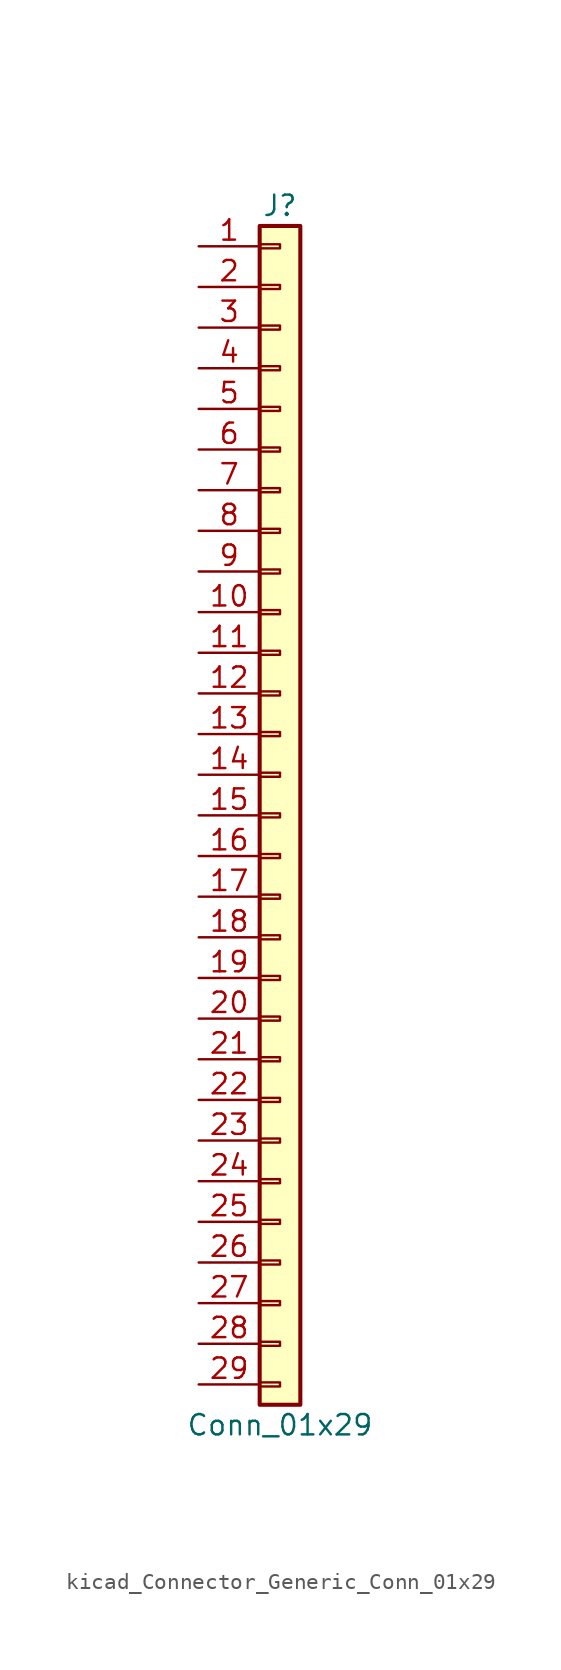
<source format=kicad_sym>
(kicad_symbol_lib
  (version 20220914)
  (generator kicad_symbol_editor)
  (symbol "kicad_Connector_Generic_Conn_01x29"
    (pin_names
      (offset 1.016) hide)
    (property "Reference" "J"
      (at 0 38.1 0)
      (effects (font (size 1.27 1.27))))
    (property "Value" "Conn_01x29"
      (at 0 -38.1 0)
      (effects (font (size 1.27 1.27))))
    (symbol "kicad_Connector_Generic_Conn_01x29_1_1"
      (rectangle (start -1.27 -35.433) (end 0 -35.687) (stroke (width 0.152) (type default)) (fill (type none)))
      (rectangle (start -1.27 -32.893) (end 0 -33.147) (stroke (width 0.152) (type default)) (fill (type none)))
      (rectangle (start -1.27 -30.353) (end 0 -30.607) (stroke (width 0.152) (type default)) (fill (type none)))
      (rectangle (start -1.27 -27.813) (end 0 -28.067) (stroke (width 0.152) (type default)) (fill (type none)))
      (rectangle (start -1.27 -25.273) (end 0 -25.527) (stroke (width 0.152) (type default)) (fill (type none)))
      (rectangle (start -1.27 -22.733) (end 0 -22.987) (stroke (width 0.152) (type default)) (fill (type none)))
      (rectangle (start -1.27 -20.193) (end 0 -20.447) (stroke (width 0.152) (type default)) (fill (type none)))
      (rectangle (start -1.27 -17.653) (end 0 -17.907) (stroke (width 0.152) (type default)) (fill (type none)))
      (rectangle (start -1.27 -15.113) (end 0 -15.367) (stroke (width 0.152) (type default)) (fill (type none)))
      (rectangle (start -1.27 -12.573) (end 0 -12.827) (stroke (width 0.152) (type default)) (fill (type none)))
      (rectangle (start -1.27 -10.033) (end 0 -10.287) (stroke (width 0.152) (type default)) (fill (type none)))
      (rectangle (start -1.27 -7.493) (end 0 -7.747) (stroke (width 0.152) (type default)) (fill (type none)))
      (rectangle (start -1.27 -4.953) (end 0 -5.207) (stroke (width 0.152) (type default)) (fill (type none)))
      (rectangle (start -1.27 -2.413) (end 0 -2.667) (stroke (width 0.152) (type default)) (fill (type none)))
      (rectangle (start -1.27 0.127) (end 0 -0.127) (stroke (width 0.152) (type default)) (fill (type none)))
      (rectangle (start -1.27 2.667) (end 0 2.413) (stroke (width 0.152) (type default)) (fill (type none)))
      (rectangle (start -1.27 5.207) (end 0 4.953) (stroke (width 0.152) (type default)) (fill (type none)))
      (rectangle (start -1.27 7.747) (end 0 7.493) (stroke (width 0.152) (type default)) (fill (type none)))
      (rectangle (start -1.27 10.287) (end 0 10.033) (stroke (width 0.152) (type default)) (fill (type none)))
      (rectangle (start -1.27 12.827) (end 0 12.573) (stroke (width 0.152) (type default)) (fill (type none)))
      (rectangle (start -1.27 15.367) (end 0 15.113) (stroke (width 0.152) (type default)) (fill (type none)))
      (rectangle (start -1.27 17.907) (end 0 17.653) (stroke (width 0.152) (type default)) (fill (type none)))
      (rectangle (start -1.27 20.447) (end 0 20.193) (stroke (width 0.152) (type default)) (fill (type none)))
      (rectangle (start -1.27 22.987) (end 0 22.733) (stroke (width 0.152) (type default)) (fill (type none)))
      (rectangle (start -1.27 25.527) (end 0 25.273) (stroke (width 0.152) (type default)) (fill (type none)))
      (rectangle (start -1.27 28.067) (end 0 27.813) (stroke (width 0.152) (type default)) (fill (type none)))
      (rectangle (start -1.27 30.607) (end 0 30.353) (stroke (width 0.152) (type default)) (fill (type none)))
      (rectangle (start -1.27 33.147) (end 0 32.893) (stroke (width 0.152) (type default)) (fill (type none)))
      (rectangle (start -1.27 35.687) (end 0 35.433) (stroke (width 0.152) (type default)) (fill (type none)))
      (rectangle (start -1.27 36.83) (end 1.27 -36.83) (stroke (width 0.254) (type default)) (fill (type background)))
      (pin passive line (at -5.08 35.56 0) (length 3.81) (name "Pin_1" (effects (font (size 1.27 1.27)))) (number "1" (effects (font (size 1.27 1.27)))))
      (pin passive line (at -5.08 12.7 0) (length 3.81) (name "Pin_10" (effects (font (size 1.27 1.27)))) (number "10" (effects (font (size 1.27 1.27)))))
      (pin passive line (at -5.08 10.16 0) (length 3.81) (name "Pin_11" (effects (font (size 1.27 1.27)))) (number "11" (effects (font (size 1.27 1.27)))))
      (pin passive line (at -5.08 7.62 0) (length 3.81) (name "Pin_12" (effects (font (size 1.27 1.27)))) (number "12" (effects (font (size 1.27 1.27)))))
      (pin passive line (at -5.08 5.08 0) (length 3.81) (name "Pin_13" (effects (font (size 1.27 1.27)))) (number "13" (effects (font (size 1.27 1.27)))))
      (pin passive line (at -5.08 2.54 0) (length 3.81) (name "Pin_14" (effects (font (size 1.27 1.27)))) (number "14" (effects (font (size 1.27 1.27)))))
      (pin passive line (at -5.08 0 0) (length 3.81) (name "Pin_15" (effects (font (size 1.27 1.27)))) (number "15" (effects (font (size 1.27 1.27)))))
      (pin passive line (at -5.08 -2.54 0) (length 3.81) (name "Pin_16" (effects (font (size 1.27 1.27)))) (number "16" (effects (font (size 1.27 1.27)))))
      (pin passive line (at -5.08 -5.08 0) (length 3.81) (name "Pin_17" (effects (font (size 1.27 1.27)))) (number "17" (effects (font (size 1.27 1.27)))))
      (pin passive line (at -5.08 -7.62 0) (length 3.81) (name "Pin_18" (effects (font (size 1.27 1.27)))) (number "18" (effects (font (size 1.27 1.27)))))
      (pin passive line (at -5.08 -10.16 0) (length 3.81) (name "Pin_19" (effects (font (size 1.27 1.27)))) (number "19" (effects (font (size 1.27 1.27)))))
      (pin passive line (at -5.08 33.02 0) (length 3.81) (name "Pin_2" (effects (font (size 1.27 1.27)))) (number "2" (effects (font (size 1.27 1.27)))))
      (pin passive line (at -5.08 -12.7 0) (length 3.81) (name "Pin_20" (effects (font (size 1.27 1.27)))) (number "20" (effects (font (size 1.27 1.27)))))
      (pin passive line (at -5.08 -15.24 0) (length 3.81) (name "Pin_21" (effects (font (size 1.27 1.27)))) (number "21" (effects (font (size 1.27 1.27)))))
      (pin passive line (at -5.08 -17.78 0) (length 3.81) (name "Pin_22" (effects (font (size 1.27 1.27)))) (number "22" (effects (font (size 1.27 1.27)))))
      (pin passive line (at -5.08 -20.32 0) (length 3.81) (name "Pin_23" (effects (font (size 1.27 1.27)))) (number "23" (effects (font (size 1.27 1.27)))))
      (pin passive line (at -5.08 -22.86 0) (length 3.81) (name "Pin_24" (effects (font (size 1.27 1.27)))) (number "24" (effects (font (size 1.27 1.27)))))
      (pin passive line (at -5.08 -25.4 0) (length 3.81) (name "Pin_25" (effects (font (size 1.27 1.27)))) (number "25" (effects (font (size 1.27 1.27)))))
      (pin passive line (at -5.08 -27.94 0) (length 3.81) (name "Pin_26" (effects (font (size 1.27 1.27)))) (number "26" (effects (font (size 1.27 1.27)))))
      (pin passive line (at -5.08 -30.48 0) (length 3.81) (name "Pin_27" (effects (font (size 1.27 1.27)))) (number "27" (effects (font (size 1.27 1.27)))))
      (pin passive line (at -5.08 -33.02 0) (length 3.81) (name "Pin_28" (effects (font (size 1.27 1.27)))) (number "28" (effects (font (size 1.27 1.27)))))
      (pin passive line (at -5.08 -35.56 0) (length 3.81) (name "Pin_29" (effects (font (size 1.27 1.27)))) (number "29" (effects (font (size 1.27 1.27)))))
      (pin passive line (at -5.08 30.48 0) (length 3.81) (name "Pin_3" (effects (font (size 1.27 1.27)))) (number "3" (effects (font (size 1.27 1.27)))))
      (pin passive line (at -5.08 27.94 0) (length 3.81) (name "Pin_4" (effects (font (size 1.27 1.27)))) (number "4" (effects (font (size 1.27 1.27)))))
      (pin passive line (at -5.08 25.4 0) (length 3.81) (name "Pin_5" (effects (font (size 1.27 1.27)))) (number "5" (effects (font (size 1.27 1.27)))))
      (pin passive line (at -5.08 22.86 0) (length 3.81) (name "Pin_6" (effects (font (size 1.27 1.27)))) (number "6" (effects (font (size 1.27 1.27)))))
      (pin passive line (at -5.08 20.32 0) (length 3.81) (name "Pin_7" (effects (font (size 1.27 1.27)))) (number "7" (effects (font (size 1.27 1.27)))))
      (pin passive line (at -5.08 17.78 0) (length 3.81) (name "Pin_8" (effects (font (size 1.27 1.27)))) (number "8" (effects (font (size 1.27 1.27)))))
      (pin passive line (at -5.08 15.24 0) (length 3.81) (name "Pin_9" (effects (font (size 1.27 1.27)))) (number "9" (effects (font (size 1.27 1.27))))))))
</source>
